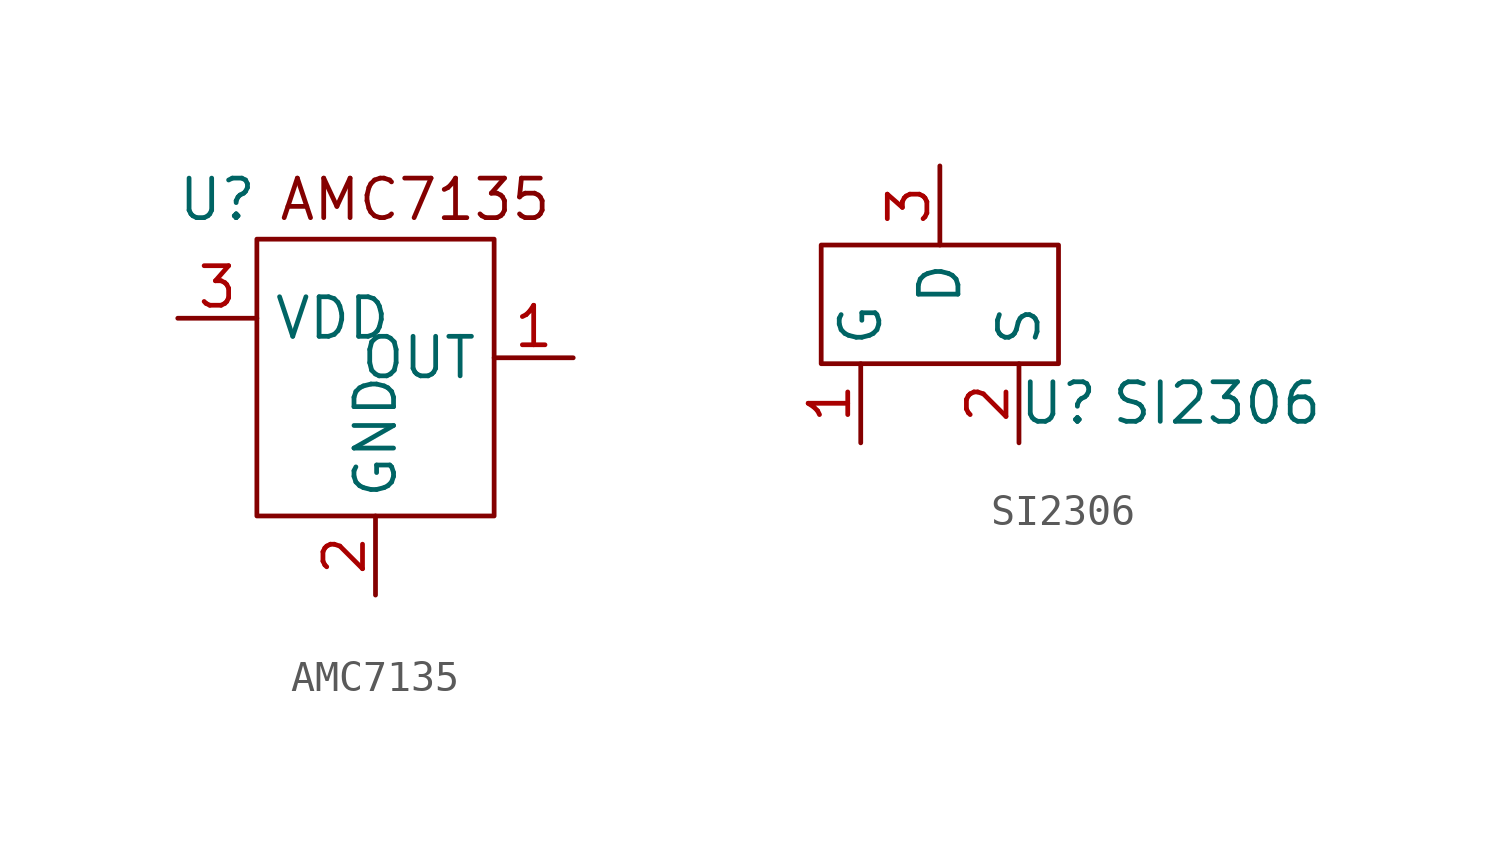
<source format=kicad_sym>
(kicad_symbol_lib
  (version 20220914)
  (generator kicad_symbol_editor)
  (symbol "AMC7135"
    (property "Reference" "U"
      (at -1.27 1.27 0)
      (effects (font (size 1.27 1.27))))
    (property "Value" ""
      (at 0 0 0)
      (effects (font (size 1.27 1.27))))
    (symbol "AMC7135_0_1"
      (rectangle (start 0 0) (end 7.62 -8.89) (stroke (width 0) (type default)) (fill (type none)))
      (text "AMC7135" (at 5.08 1.27 0) (effects (font (size 1.27 1.27)))))
    (symbol "AMC7135_1_1"
      (pin output line (at 10.16 -3.81 180) (length 2.54) (name "OUT" (effects (font (size 1.27 1.27)))) (number "1" (effects (font (size 1.27 1.27)))))
      (pin power_in line (at 3.81 -11.43 90) (length 2.54) (name "GND" (effects (font (size 1.27 1.27)))) (number "2" (effects (font (size 1.27 1.27)))))
      (pin power_in line (at -2.54 -2.54 0) (length 2.54) (name "VDD" (effects (font (size 1.27 1.27)))) (number "3" (effects (font (size 1.27 1.27)))))))
  (symbol "SI2306"
    (property "Reference" "U"
      (at 10.16 -8.89 0)
      (effects (font (size 1.27 1.27))))
    (property "Value" "SI2306"
      (at 15.24 -8.89 0)
      (effects (font (size 1.27 1.27))))
    (symbol "SI2306_0_1"
      (rectangle (start 2.54 -3.81) (end 10.16 -7.62) (stroke (width 0) (type default)) (fill (type none))))
    (symbol "SI2306_1_1"
      (pin input line (at 3.81 -10.16 90) (length 2.54) (name "G" (effects (font (size 1.27 1.27)))) (number "1" (effects (font (size 1.27 1.27)))))
      (pin input line (at 8.89 -10.16 90) (length 2.54) (name "S" (effects (font (size 1.27 1.27)))) (number "2" (effects (font (size 1.27 1.27)))))
      (pin output line (at 6.35 -1.27 270) (length 2.54) (name "D" (effects (font (size 1.27 1.27)))) (number "3" (effects (font (size 1.27 1.27))))))))
</source>
